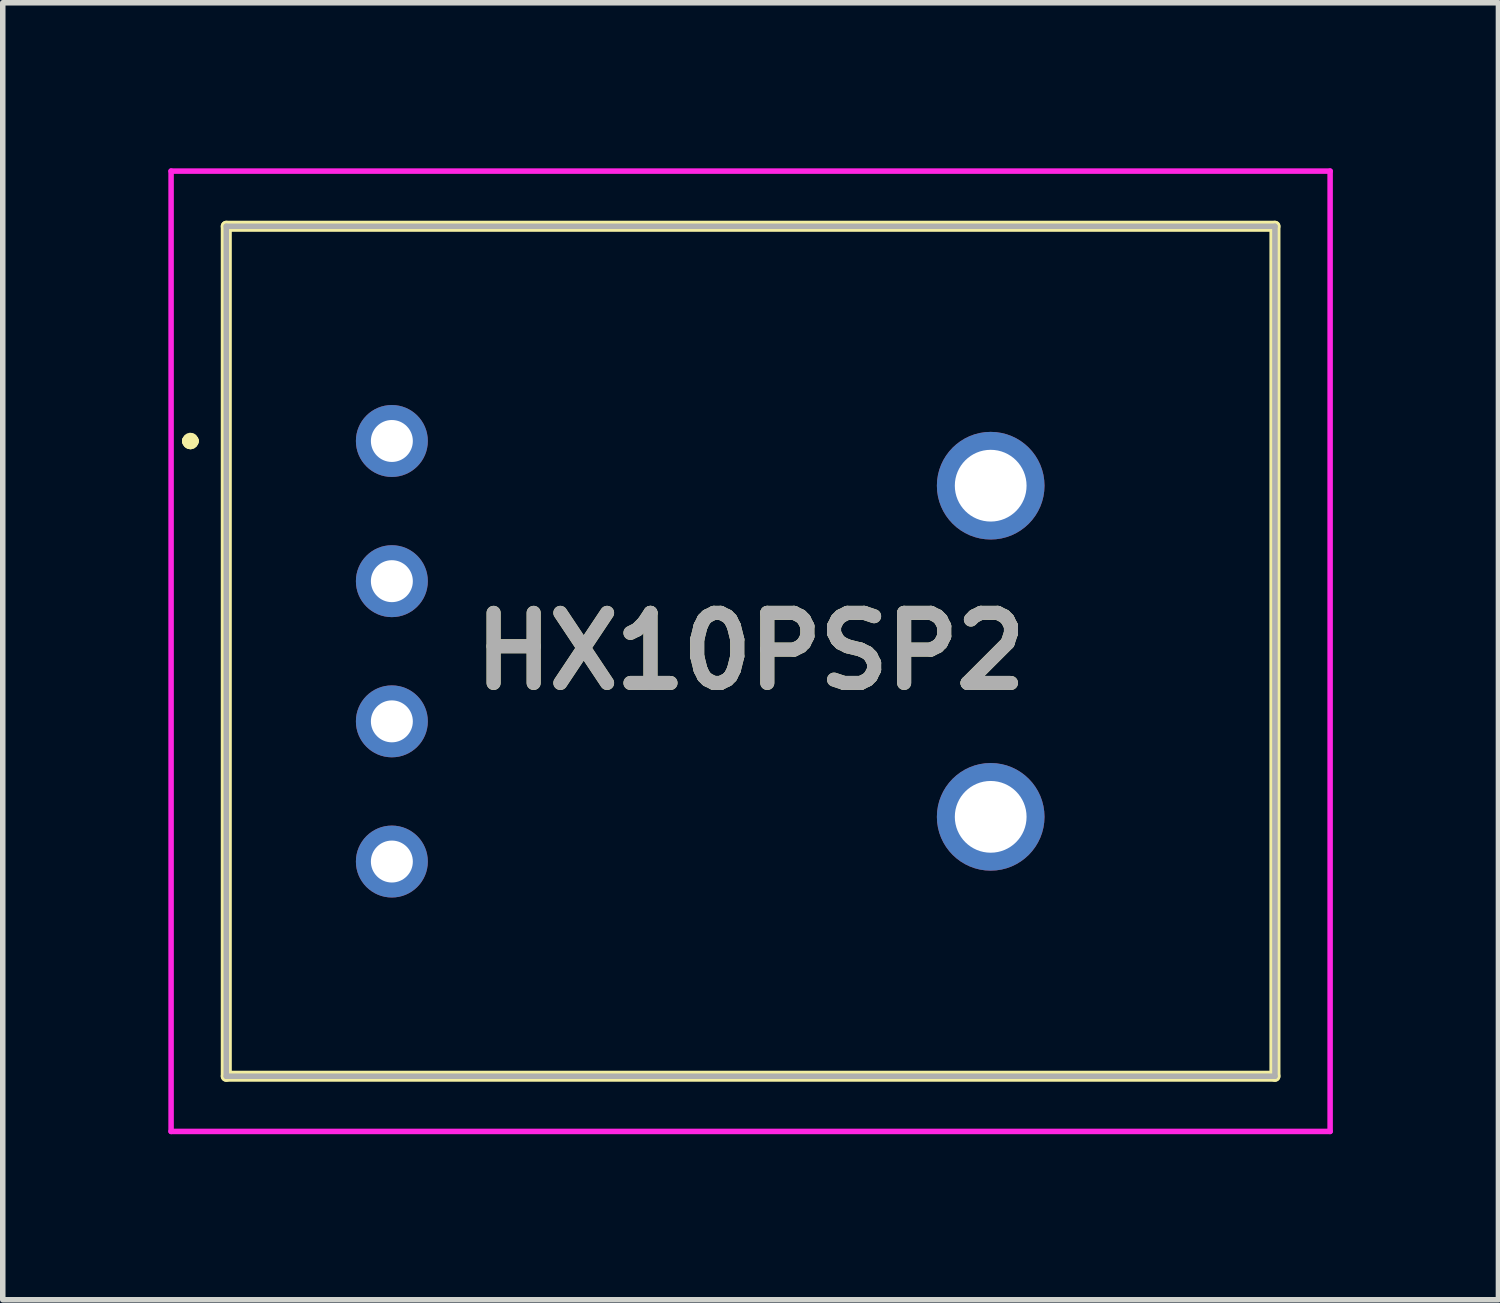
<source format=kicad_pcb>
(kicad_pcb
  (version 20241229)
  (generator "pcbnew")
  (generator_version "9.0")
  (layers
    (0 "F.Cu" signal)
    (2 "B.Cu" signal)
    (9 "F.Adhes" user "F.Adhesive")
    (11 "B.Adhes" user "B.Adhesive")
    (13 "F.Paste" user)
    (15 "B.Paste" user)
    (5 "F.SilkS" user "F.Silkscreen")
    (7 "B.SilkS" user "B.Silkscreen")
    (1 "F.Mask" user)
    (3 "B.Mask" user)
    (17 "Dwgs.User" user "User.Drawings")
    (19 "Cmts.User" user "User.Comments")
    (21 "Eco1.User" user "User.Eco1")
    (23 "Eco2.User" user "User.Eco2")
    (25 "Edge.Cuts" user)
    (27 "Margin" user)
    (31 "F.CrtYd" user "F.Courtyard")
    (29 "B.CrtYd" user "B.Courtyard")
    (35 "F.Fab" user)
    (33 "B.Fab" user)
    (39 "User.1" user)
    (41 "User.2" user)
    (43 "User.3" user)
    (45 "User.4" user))
  (footprint "HX10PSP2"
    (layer "F.Cu")
    (at 4.05 4.94)
    (property "Reference" "HX10PSP2" (at 6.5 3.81 0) (layer "F.SilkS") (effects (font (size 1.27 1.27) (thickness 0.254))))
    (attr through_hole)
    (fp_line (start -3.7 0) (end -3.7 0) (stroke (width 0.2) (type solid)) (layer "F.SilkS"))
    (fp_line (start -3.7 0) (end -3.7 0) (stroke (width 0.2) (type solid)) (layer "F.SilkS"))
    (fp_line (start -3.6 0) (end -3.6 0) (stroke (width 0.2) (type solid)) (layer "F.SilkS"))
    (fp_line (start -3 -3.89) (end 16 -3.89) (stroke (width 0.2) (type solid)) (layer "F.SilkS"))
    (fp_line (start -3 11.51) (end -3 -3.89) (stroke (width 0.2) (type solid)) (layer "F.SilkS"))
    (fp_line (start 16 -3.89) (end 16 11.51) (stroke (width 0.2) (type solid)) (layer "F.SilkS"))
    (fp_line (start 16 11.51) (end -3 11.51) (stroke (width 0.2) (type solid)) (layer "F.SilkS"))
    (fp_arc (start -3.7 0) (mid -3.65 -0.05) (end -3.6 0) (stroke (width 0.2) (type solid)) (layer "F.SilkS"))
    (fp_arc (start -3.6 0) (mid -3.65 0.05) (end -3.7 0) (stroke (width 0.2) (type solid)) (layer "F.SilkS"))
    (fp_arc (start -3.6 0) (mid -3.65 0.05) (end -3.7 0) (stroke (width 0.2) (type solid)) (layer "F.SilkS"))
    (fp_line (start -4 -4.89) (end -4 12.51) (stroke (width 0.1) (type solid)) (layer "F.CrtYd"))
    (fp_line (start -4 12.51) (end 17 12.51) (stroke (width 0.1) (type solid)) (layer "F.CrtYd"))
    (fp_line (start 17 -4.89) (end -4 -4.89) (stroke (width 0.1) (type solid)) (layer "F.CrtYd"))
    (fp_line (start 17 12.51) (end 17 -4.89) (stroke (width 0.1) (type solid)) (layer "F.CrtYd"))
    (fp_line (start -3 -3.89) (end 16 -3.89) (stroke (width 0.1) (type solid)) (layer "F.Fab"))
    (fp_line (start -3 11.51) (end -3 -3.89) (stroke (width 0.1) (type solid)) (layer "F.Fab"))
    (fp_line (start 16 -3.89) (end 16 11.51) (stroke (width 0.1) (type solid)) (layer "F.Fab"))
    (fp_line (start 16 11.51) (end -3 11.51) (stroke (width 0.1) (type solid)) (layer "F.Fab"))
    (fp_text user "${REFERENCE}" (at 6.5 3.81 0) (layer "F.Fab") (effects (font (size 1.27 1.27) (thickness 0.254))))
    (pad "1" thru_hole circle (at 0 0) (size 1.303 1.303) (drill 0.76) (layers "*.Cu" "*.Mask"))
    (pad "2" thru_hole circle (at 0 2.54) (size 1.303 1.303) (drill 0.76) (layers "*.Cu" "*.Mask"))
    (pad "3" thru_hole circle (at 0 5.08) (size 1.303 1.303) (drill 0.76) (layers "*.Cu" "*.Mask"))
    (pad "4" thru_hole circle (at 0 7.62) (size 1.303 1.303) (drill 0.76) (layers "*.Cu" "*.Mask"))
    (pad "5" thru_hole circle (at 10.85 0.81) (size 1.95 1.95) (drill 1.3) (layers "*.Cu" "*.Mask"))
    (pad "6" thru_hole circle (at 10.85 6.81) (size 1.95 1.95) (drill 1.3) (layers "*.Cu" "*.Mask")))
  (gr_rect
    (start -3 -3)
    (end 24.1 20.5)
    (stroke (width 0.1) (type default))
    (fill no)
    (layer "Edge.Cuts")))
</source>
